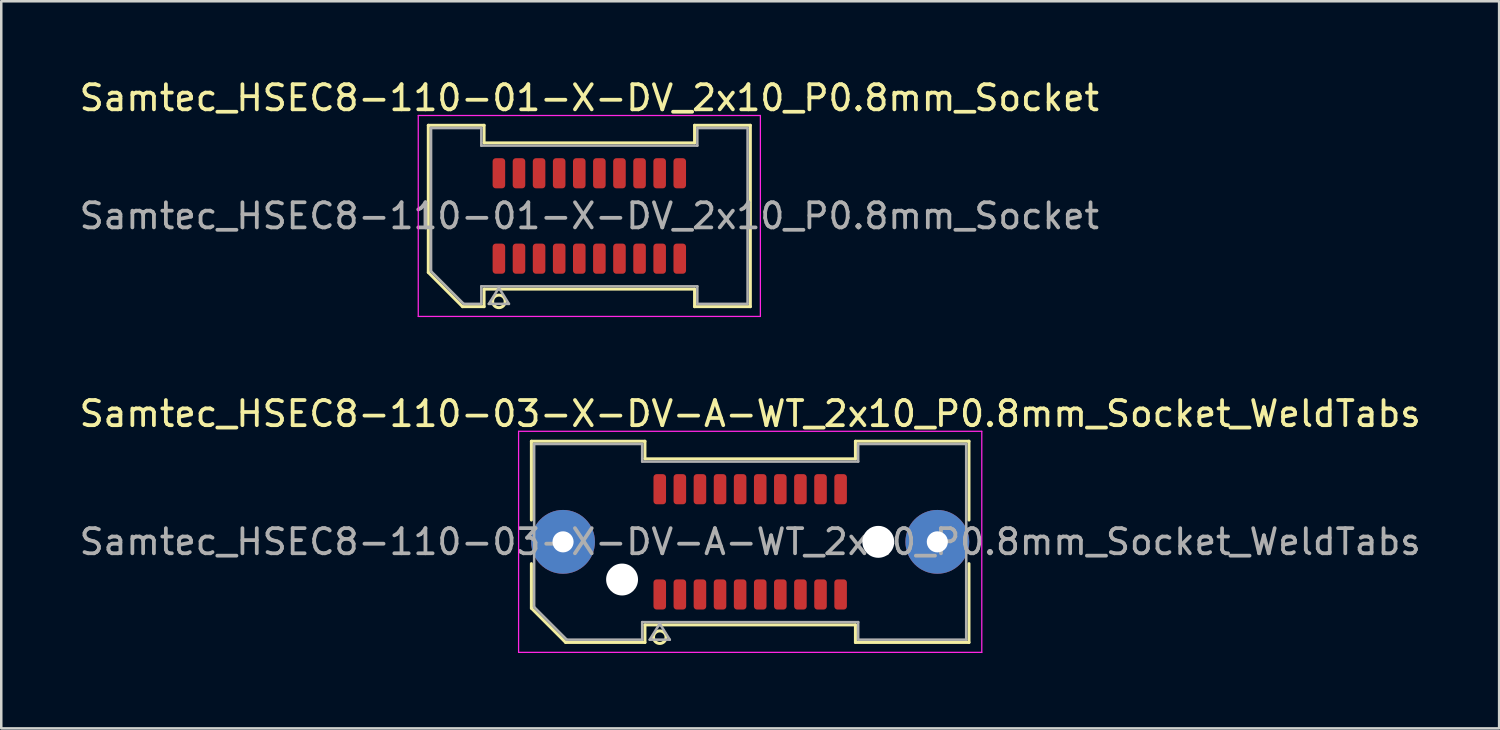
<source format=kicad_pcb>
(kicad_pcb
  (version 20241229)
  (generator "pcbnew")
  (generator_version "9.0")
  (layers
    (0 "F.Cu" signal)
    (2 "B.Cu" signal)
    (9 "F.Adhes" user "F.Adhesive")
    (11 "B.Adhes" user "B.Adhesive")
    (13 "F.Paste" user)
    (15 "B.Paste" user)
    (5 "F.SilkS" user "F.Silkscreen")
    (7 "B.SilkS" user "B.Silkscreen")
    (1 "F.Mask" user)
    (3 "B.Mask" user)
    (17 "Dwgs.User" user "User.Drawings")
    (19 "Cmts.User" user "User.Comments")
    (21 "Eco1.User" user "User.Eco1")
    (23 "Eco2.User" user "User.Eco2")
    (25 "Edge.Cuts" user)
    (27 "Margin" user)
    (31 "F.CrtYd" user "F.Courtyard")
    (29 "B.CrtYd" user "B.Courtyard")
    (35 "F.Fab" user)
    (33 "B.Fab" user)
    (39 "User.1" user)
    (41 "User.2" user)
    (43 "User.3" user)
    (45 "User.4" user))
  (footprint "Samtec_HSEC8-110-03-X-DV-A-WT_2x10_P0.8mm_Socket_WeldTabs"
    (layer "F.Cu")
    (at 26.815 18.521)
    (property "Reference" "Samtec_HSEC8-110-03-X-DV-A-WT_2x10_P0.8mm_Socket_WeldTabs" (at 0 -5.1 0) (layer "F.SilkS") (effects (font (size 1 1) (thickness 0.15))))
    (attr smd)
    (fp_line (start -8.71 -4.005) (end -4.19 -4.005) (stroke (width 0.12) (type solid)) (layer "F.SilkS"))
    (fp_line (start -8.71 -0.868) (end -8.71 -4.005) (stroke (width 0.12) (type solid)) (layer "F.SilkS"))
    (fp_line (start -8.71 2.641) (end -8.71 0.868) (stroke (width 0.12) (type solid)) (layer "F.SilkS"))
    (fp_line (start -7.346 4.005) (end -8.71 2.641) (stroke (width 0.12) (type solid)) (layer "F.SilkS"))
    (fp_line (start -4.19 -4.005) (end -4.19 -3.305) (stroke (width 0.12) (type solid)) (layer "F.SilkS"))
    (fp_line (start -4.19 -3.305) (end 4.19 -3.305) (stroke (width 0.12) (type solid)) (layer "F.SilkS"))
    (fp_line (start -4.19 3.305) (end -4.19 4.005) (stroke (width 0.12) (type solid)) (layer "F.SilkS"))
    (fp_line (start -4.19 4.005) (end -7.346 4.005) (stroke (width 0.12) (type solid)) (layer "F.SilkS"))
    (fp_line (start 4.19 -4.005) (end 8.71 -4.005) (stroke (width 0.12) (type solid)) (layer "F.SilkS"))
    (fp_line (start 4.19 -3.305) (end 4.19 -4.005) (stroke (width 0.12) (type solid)) (layer "F.SilkS"))
    (fp_line (start 4.19 3.305) (end -4.19 3.305) (stroke (width 0.12) (type solid)) (layer "F.SilkS"))
    (fp_line (start 4.19 4.005) (end 4.19 3.305) (stroke (width 0.12) (type solid)) (layer "F.SilkS"))
    (fp_line (start 8.71 -4.005) (end 8.71 -0.868) (stroke (width 0.12) (type solid)) (layer "F.SilkS"))
    (fp_line (start 8.71 0.868) (end 8.71 4.005) (stroke (width 0.12) (type solid)) (layer "F.SilkS"))
    (fp_line (start 8.71 4.005) (end 4.19 4.005) (stroke (width 0.12) (type solid)) (layer "F.SilkS"))
    (fp_arc (start -3.35 3.795) (mid -3.85 3.795) (end -3.35 3.795) (stroke (width 0.12) (type solid)) (layer "F.SilkS"))
    (fp_line (start -9.22 -4.4) (end -9.22 4.4) (stroke (width 0.05) (type solid)) (layer "F.CrtYd"))
    (fp_line (start -9.22 4.4) (end 9.22 4.4) (stroke (width 0.05) (type solid)) (layer "F.CrtYd"))
    (fp_line (start 9.22 -4.4) (end -9.22 -4.4) (stroke (width 0.05) (type solid)) (layer "F.CrtYd"))
    (fp_line (start 9.22 4.4) (end 9.22 -4.4) (stroke (width 0.05) (type solid)) (layer "F.CrtYd"))
    (fp_line (start -8.6 -3.895) (end -4.3 -3.895) (stroke (width 0.1) (type solid)) (layer "F.Fab"))
    (fp_line (start -8.6 2.595) (end -8.6 -3.895) (stroke (width 0.1) (type solid)) (layer "F.Fab"))
    (fp_line (start -7.3 3.895) (end -8.6 2.595) (stroke (width 0.1) (type solid)) (layer "F.Fab"))
    (fp_line (start -4.3 -3.895) (end -4.3 -3.195) (stroke (width 0.1) (type solid)) (layer "F.Fab"))
    (fp_line (start -4.3 -3.195) (end 4.3 -3.195) (stroke (width 0.1) (type solid)) (layer "F.Fab"))
    (fp_line (start -4.3 3.195) (end -4.3 3.895) (stroke (width 0.1) (type solid)) (layer "F.Fab"))
    (fp_line (start -4.3 3.895) (end -7.3 3.895) (stroke (width 0.1) (type solid)) (layer "F.Fab"))
    (fp_line (start -4 3.895) (end -3.6 3.255) (stroke (width 0.1) (type solid)) (layer "F.Fab"))
    (fp_line (start -3.6 3.255) (end -3.2 3.895) (stroke (width 0.1) (type solid)) (layer "F.Fab"))
    (fp_line (start -3.2 3.895) (end -4 3.895) (stroke (width 0.1) (type solid)) (layer "F.Fab"))
    (fp_line (start 4.3 -3.895) (end 8.6 -3.895) (stroke (width 0.1) (type solid)) (layer "F.Fab"))
    (fp_line (start 4.3 -3.195) (end 4.3 -3.895) (stroke (width 0.1) (type solid)) (layer "F.Fab"))
    (fp_line (start 4.3 3.195) (end -4.3 3.195) (stroke (width 0.1) (type solid)) (layer "F.Fab"))
    (fp_line (start 4.3 3.895) (end 4.3 3.195) (stroke (width 0.1) (type solid)) (layer "F.Fab"))
    (fp_line (start 8.6 -3.895) (end 8.6 3.895) (stroke (width 0.1) (type solid)) (layer "F.Fab"))
    (fp_line (start 8.6 3.895) (end 4.3 3.895) (stroke (width 0.1) (type solid)) (layer "F.Fab"))
    (fp_text user "${REFERENCE}" (at 0 0 0) (layer "F.Fab") (effects (font (size 1 1) (thickness 0.15))))
    (pad "" thru_hole circle (at -7.45 0) (size 2.54 2.54) (drill 0.84) (layers "*.Cu" "*.Mask" "F.Paste"))
    (pad "" np_thru_hole circle (at -5.1 1.5) (size 1.27 1.27) (drill 1.27) (layers "*.Cu" "*.Mask"))
    (pad "" np_thru_hole circle (at 5.1 0) (size 1.27 1.27) (drill 1.27) (layers "*.Cu" "*.Mask"))
    (pad "" thru_hole circle (at 7.45 0) (size 2.54 2.54) (drill 0.84) (layers "*.Cu" "*.Mask" "F.Paste"))
    (pad "1" smd roundrect (at -3.6 2.095) (size 0.5 1.2) (layers "F.Cu" "F.Mask" "F.Paste") (roundrect_rratio 0.25))
    (pad "2" smd roundrect (at -3.6 -2.095) (size 0.5 1.2) (layers "F.Cu" "F.Mask" "F.Paste") (roundrect_rratio 0.25))
    (pad "3" smd roundrect (at -2.8 2.095) (size 0.5 1.2) (layers "F.Cu" "F.Mask" "F.Paste") (roundrect_rratio 0.25))
    (pad "4" smd roundrect (at -2.8 -2.095) (size 0.5 1.2) (layers "F.Cu" "F.Mask" "F.Paste") (roundrect_rratio 0.25))
    (pad "5" smd roundrect (at -2 2.095) (size 0.5 1.2) (layers "F.Cu" "F.Mask" "F.Paste") (roundrect_rratio 0.25))
    (pad "6" smd roundrect (at -2 -2.095) (size 0.5 1.2) (layers "F.Cu" "F.Mask" "F.Paste") (roundrect_rratio 0.25))
    (pad "7" smd roundrect (at -1.2 2.095) (size 0.5 1.2) (layers "F.Cu" "F.Mask" "F.Paste") (roundrect_rratio 0.25))
    (pad "8" smd roundrect (at -1.2 -2.095) (size 0.5 1.2) (layers "F.Cu" "F.Mask" "F.Paste") (roundrect_rratio 0.25))
    (pad "9" smd roundrect (at -0.4 2.095) (size 0.5 1.2) (layers "F.Cu" "F.Mask" "F.Paste") (roundrect_rratio 0.25))
    (pad "10" smd roundrect (at -0.4 -2.095) (size 0.5 1.2) (layers "F.Cu" "F.Mask" "F.Paste") (roundrect_rratio 0.25))
    (pad "11" smd roundrect (at 0.4 2.095) (size 0.5 1.2) (layers "F.Cu" "F.Mask" "F.Paste") (roundrect_rratio 0.25))
    (pad "12" smd roundrect (at 0.4 -2.095) (size 0.5 1.2) (layers "F.Cu" "F.Mask" "F.Paste") (roundrect_rratio 0.25))
    (pad "13" smd roundrect (at 1.2 2.095) (size 0.5 1.2) (layers "F.Cu" "F.Mask" "F.Paste") (roundrect_rratio 0.25))
    (pad "14" smd roundrect (at 1.2 -2.095) (size 0.5 1.2) (layers "F.Cu" "F.Mask" "F.Paste") (roundrect_rratio 0.25))
    (pad "15" smd roundrect (at 2 2.095) (size 0.5 1.2) (layers "F.Cu" "F.Mask" "F.Paste") (roundrect_rratio 0.25))
    (pad "16" smd roundrect (at 2 -2.095) (size 0.5 1.2) (layers "F.Cu" "F.Mask" "F.Paste") (roundrect_rratio 0.25))
    (pad "17" smd roundrect (at 2.8 2.095) (size 0.5 1.2) (layers "F.Cu" "F.Mask" "F.Paste") (roundrect_rratio 0.25))
    (pad "18" smd roundrect (at 2.8 -2.095) (size 0.5 1.2) (layers "F.Cu" "F.Mask" "F.Paste") (roundrect_rratio 0.25))
    (pad "19" smd roundrect (at 3.6 2.095) (size 0.5 1.2) (layers "F.Cu" "F.Mask" "F.Paste") (roundrect_rratio 0.25))
    (pad "20" smd roundrect (at 3.6 -2.095) (size 0.5 1.2) (layers "F.Cu" "F.Mask" "F.Paste") (roundrect_rratio 0.25)))
  (footprint "Samtec_HSEC8-110-01-X-DV_2x10_P0.8mm_Socket"
    (layer "F.Cu")
    (at 20.411 5.548)
    (property "Reference" "Samtec_HSEC8-110-01-X-DV_2x10_P0.8mm_Socket" (at 0 -4.7 0) (layer "F.SilkS") (effects (font (size 1 1) (thickness 0.15))))
    (attr smd)
    (fp_line (start -6.41 -3.61) (end -4.19 -3.61) (stroke (width 0.12) (type solid)) (layer "F.SilkS"))
    (fp_line (start -6.41 2.246) (end -6.41 -3.61) (stroke (width 0.12) (type solid)) (layer "F.SilkS"))
    (fp_line (start -5.046 3.61) (end -6.41 2.246) (stroke (width 0.12) (type solid)) (layer "F.SilkS"))
    (fp_line (start -4.19 -3.61) (end -4.19 -2.91) (stroke (width 0.12) (type solid)) (layer "F.SilkS"))
    (fp_line (start -4.19 -2.91) (end 4.19 -2.91) (stroke (width 0.12) (type solid)) (layer "F.SilkS"))
    (fp_line (start -4.19 2.91) (end -4.19 3.61) (stroke (width 0.12) (type solid)) (layer "F.SilkS"))
    (fp_line (start -4.19 3.61) (end -5.046 3.61) (stroke (width 0.12) (type solid)) (layer "F.SilkS"))
    (fp_line (start 4.19 -3.61) (end 6.41 -3.61) (stroke (width 0.12) (type solid)) (layer "F.SilkS"))
    (fp_line (start 4.19 -2.91) (end 4.19 -3.61) (stroke (width 0.12) (type solid)) (layer "F.SilkS"))
    (fp_line (start 4.19 2.91) (end -4.19 2.91) (stroke (width 0.12) (type solid)) (layer "F.SilkS"))
    (fp_line (start 4.19 3.61) (end 4.19 2.91) (stroke (width 0.12) (type solid)) (layer "F.SilkS"))
    (fp_line (start 6.41 -3.61) (end 6.41 3.61) (stroke (width 0.12) (type solid)) (layer "F.SilkS"))
    (fp_line (start 6.41 3.61) (end 4.19 3.61) (stroke (width 0.12) (type solid)) (layer "F.SilkS"))
    (fp_arc (start -3.35 3.4) (mid -3.85 3.4) (end -3.35 3.4) (stroke (width 0.12) (type solid)) (layer "F.SilkS"))
    (fp_line (start -6.81 -4) (end -6.81 4) (stroke (width 0.05) (type solid)) (layer "F.CrtYd"))
    (fp_line (start -6.81 4) (end 6.81 4) (stroke (width 0.05) (type solid)) (layer "F.CrtYd"))
    (fp_line (start 6.81 -4) (end -6.81 -4) (stroke (width 0.05) (type solid)) (layer "F.CrtYd"))
    (fp_line (start 6.81 4) (end 6.81 -4) (stroke (width 0.05) (type solid)) (layer "F.CrtYd"))
    (fp_line (start -6.3 -3.5) (end -4.3 -3.5) (stroke (width 0.1) (type solid)) (layer "F.Fab"))
    (fp_line (start -6.3 2.2) (end -6.3 -3.5) (stroke (width 0.1) (type solid)) (layer "F.Fab"))
    (fp_line (start -5 3.5) (end -6.3 2.2) (stroke (width 0.1) (type solid)) (layer "F.Fab"))
    (fp_line (start -4.3 -3.5) (end -4.3 -2.8) (stroke (width 0.1) (type solid)) (layer "F.Fab"))
    (fp_line (start -4.3 -2.8) (end 4.3 -2.8) (stroke (width 0.1) (type solid)) (layer "F.Fab"))
    (fp_line (start -4.3 2.8) (end -4.3 3.5) (stroke (width 0.1) (type solid)) (layer "F.Fab"))
    (fp_line (start -4.3 3.5) (end -5 3.5) (stroke (width 0.1) (type solid)) (layer "F.Fab"))
    (fp_line (start -4 3.5) (end -3.6 2.86) (stroke (width 0.1) (type solid)) (layer "F.Fab"))
    (fp_line (start -3.6 2.86) (end -3.2 3.5) (stroke (width 0.1) (type solid)) (layer "F.Fab"))
    (fp_line (start -3.2 3.5) (end -4 3.5) (stroke (width 0.1) (type solid)) (layer "F.Fab"))
    (fp_line (start 4.3 -3.5) (end 6.3 -3.5) (stroke (width 0.1) (type solid)) (layer "F.Fab"))
    (fp_line (start 4.3 -2.8) (end 4.3 -3.5) (stroke (width 0.1) (type solid)) (layer "F.Fab"))
    (fp_line (start 4.3 2.8) (end -4.3 2.8) (stroke (width 0.1) (type solid)) (layer "F.Fab"))
    (fp_line (start 4.3 3.5) (end 4.3 2.8) (stroke (width 0.1) (type solid)) (layer "F.Fab"))
    (fp_line (start 6.3 -3.5) (end 6.3 3.5) (stroke (width 0.1) (type solid)) (layer "F.Fab"))
    (fp_line (start 6.3 3.5) (end 4.3 3.5) (stroke (width 0.1) (type solid)) (layer "F.Fab"))
    (fp_text user "${REFERENCE}" (at 0 0 0) (layer "F.Fab") (effects (font (size 1 1) (thickness 0.15))))
    (pad "1" smd roundrect (at -3.6 1.7) (size 0.5 1.2) (layers "F.Cu" "F.Mask" "F.Paste") (roundrect_rratio 0.25))
    (pad "2" smd roundrect (at -3.6 -1.7) (size 0.5 1.2) (layers "F.Cu" "F.Mask" "F.Paste") (roundrect_rratio 0.25))
    (pad "3" smd roundrect (at -2.8 1.7) (size 0.5 1.2) (layers "F.Cu" "F.Mask" "F.Paste") (roundrect_rratio 0.25))
    (pad "4" smd roundrect (at -2.8 -1.7) (size 0.5 1.2) (layers "F.Cu" "F.Mask" "F.Paste") (roundrect_rratio 0.25))
    (pad "5" smd roundrect (at -2 1.7) (size 0.5 1.2) (layers "F.Cu" "F.Mask" "F.Paste") (roundrect_rratio 0.25))
    (pad "6" smd roundrect (at -2 -1.7) (size 0.5 1.2) (layers "F.Cu" "F.Mask" "F.Paste") (roundrect_rratio 0.25))
    (pad "7" smd roundrect (at -1.2 1.7) (size 0.5 1.2) (layers "F.Cu" "F.Mask" "F.Paste") (roundrect_rratio 0.25))
    (pad "8" smd roundrect (at -1.2 -1.7) (size 0.5 1.2) (layers "F.Cu" "F.Mask" "F.Paste") (roundrect_rratio 0.25))
    (pad "9" smd roundrect (at -0.4 1.7) (size 0.5 1.2) (layers "F.Cu" "F.Mask" "F.Paste") (roundrect_rratio 0.25))
    (pad "10" smd roundrect (at -0.4 -1.7) (size 0.5 1.2) (layers "F.Cu" "F.Mask" "F.Paste") (roundrect_rratio 0.25))
    (pad "11" smd roundrect (at 0.4 1.7) (size 0.5 1.2) (layers "F.Cu" "F.Mask" "F.Paste") (roundrect_rratio 0.25))
    (pad "12" smd roundrect (at 0.4 -1.7) (size 0.5 1.2) (layers "F.Cu" "F.Mask" "F.Paste") (roundrect_rratio 0.25))
    (pad "13" smd roundrect (at 1.2 1.7) (size 0.5 1.2) (layers "F.Cu" "F.Mask" "F.Paste") (roundrect_rratio 0.25))
    (pad "14" smd roundrect (at 1.2 -1.7) (size 0.5 1.2) (layers "F.Cu" "F.Mask" "F.Paste") (roundrect_rratio 0.25))
    (pad "15" smd roundrect (at 2 1.7) (size 0.5 1.2) (layers "F.Cu" "F.Mask" "F.Paste") (roundrect_rratio 0.25))
    (pad "16" smd roundrect (at 2 -1.7) (size 0.5 1.2) (layers "F.Cu" "F.Mask" "F.Paste") (roundrect_rratio 0.25))
    (pad "17" smd roundrect (at 2.8 1.7) (size 0.5 1.2) (layers "F.Cu" "F.Mask" "F.Paste") (roundrect_rratio 0.25))
    (pad "18" smd roundrect (at 2.8 -1.7) (size 0.5 1.2) (layers "F.Cu" "F.Mask" "F.Paste") (roundrect_rratio 0.25))
    (pad "19" smd roundrect (at 3.6 1.7) (size 0.5 1.2) (layers "F.Cu" "F.Mask" "F.Paste") (roundrect_rratio 0.25))
    (pad "20" smd roundrect (at 3.6 -1.7) (size 0.5 1.2) (layers "F.Cu" "F.Mask" "F.Paste") (roundrect_rratio 0.25)))
  (gr_rect
    (start -3 -3)
    (end 56.631 25.947)
    (stroke (width 0.1) (type default))
    (fill no)
    (layer "Edge.Cuts")))
</source>
